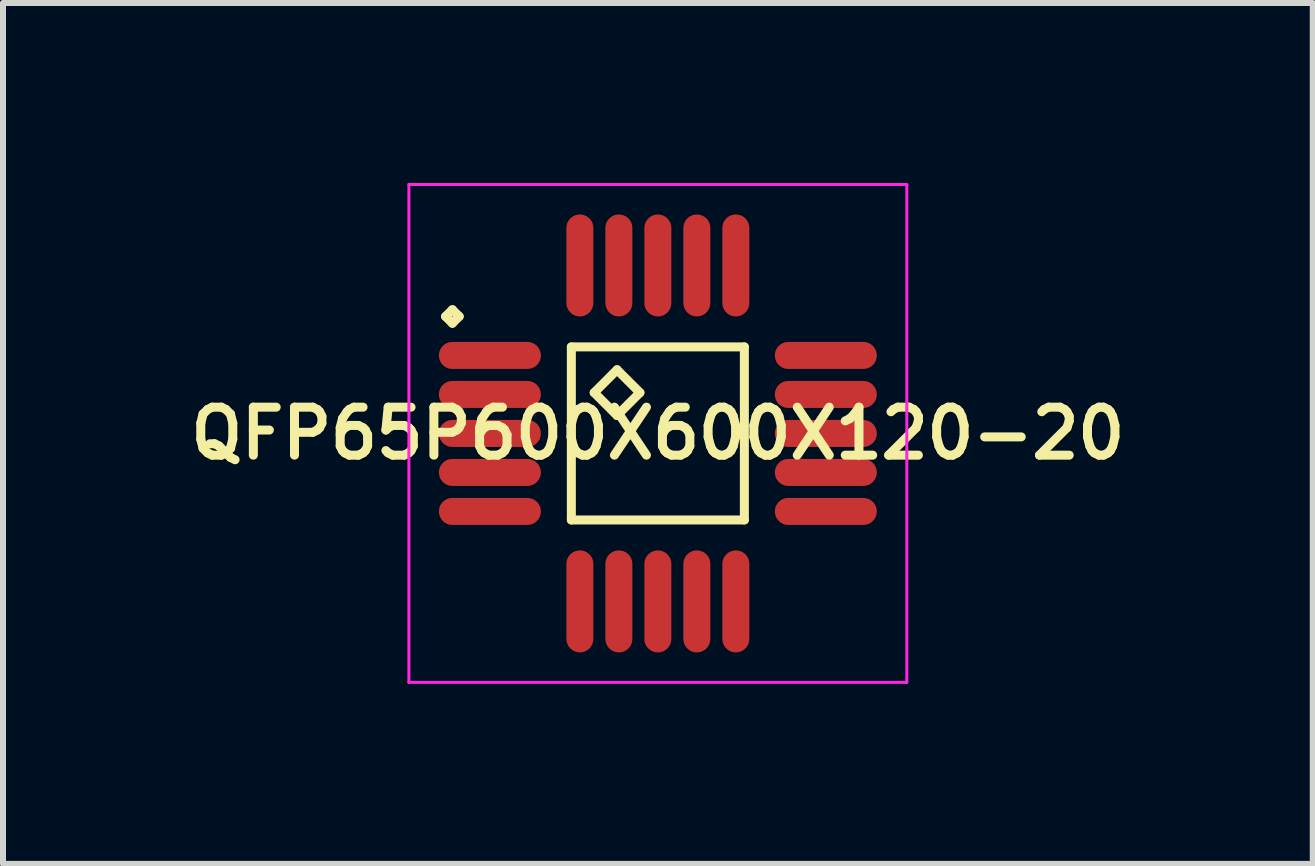
<source format=kicad_pcb>
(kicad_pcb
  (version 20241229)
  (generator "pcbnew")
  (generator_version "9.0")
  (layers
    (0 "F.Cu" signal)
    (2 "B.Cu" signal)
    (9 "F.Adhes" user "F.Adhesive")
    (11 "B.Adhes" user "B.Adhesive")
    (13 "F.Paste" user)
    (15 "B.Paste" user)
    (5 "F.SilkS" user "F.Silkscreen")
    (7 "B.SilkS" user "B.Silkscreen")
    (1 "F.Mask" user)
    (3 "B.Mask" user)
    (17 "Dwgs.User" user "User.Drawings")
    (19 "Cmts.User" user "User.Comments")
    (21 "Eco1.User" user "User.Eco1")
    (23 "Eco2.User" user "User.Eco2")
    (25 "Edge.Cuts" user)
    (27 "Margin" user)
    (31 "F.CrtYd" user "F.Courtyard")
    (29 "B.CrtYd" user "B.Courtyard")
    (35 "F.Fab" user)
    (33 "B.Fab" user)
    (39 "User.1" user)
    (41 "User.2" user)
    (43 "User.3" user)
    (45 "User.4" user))
  (footprint "QFP65P600X600X120-20"
    (layer "F.Cu")
    (at 7.916 4.175)
    (property "Reference" "QFP65P600X600X120-20" (at 0 0 0) (layer "F.SilkS") (effects (font (size 0.8 0.8) (thickness 0.15))))
    (attr smd)
    (fp_line (start -3.538 -1.95) (end -3.425 -2.062) (stroke (width 0.15) (type solid)) (layer "F.SilkS"))
    (fp_line (start -3.425 -2.062) (end -3.312 -1.95) (stroke (width 0.15) (type solid)) (layer "F.SilkS"))
    (fp_line (start -3.425 -1.837) (end -3.538 -1.95) (stroke (width 0.15) (type solid)) (layer "F.SilkS"))
    (fp_line (start -3.312 -1.95) (end -3.425 -1.837) (stroke (width 0.15) (type solid)) (layer "F.SilkS"))
    (fp_line (start -1.442 -1.442) (end -1.442 1.442) (stroke (width 0.15) (type solid)) (layer "F.SilkS"))
    (fp_line (start -1.442 1.442) (end 1.442 1.442) (stroke (width 0.15) (type solid)) (layer "F.SilkS"))
    (fp_line (start -1.061 -0.68) (end -0.68 -1.061) (stroke (width 0.15) (type solid)) (layer "F.SilkS"))
    (fp_line (start -0.68 -1.061) (end -0.299 -0.68) (stroke (width 0.15) (type solid)) (layer "F.SilkS"))
    (fp_line (start -0.68 -0.299) (end -1.061 -0.68) (stroke (width 0.15) (type solid)) (layer "F.SilkS"))
    (fp_line (start -0.299 -0.68) (end -0.68 -0.299) (stroke (width 0.15) (type solid)) (layer "F.SilkS"))
    (fp_line (start 1.442 -1.442) (end -1.442 -1.442) (stroke (width 0.15) (type solid)) (layer "F.SilkS"))
    (fp_line (start 1.442 1.442) (end 1.442 -1.442) (stroke (width 0.15) (type solid)) (layer "F.SilkS"))
    (fp_line (start -4.15 -4.15) (end 4.15 -4.15) (stroke (width 0.05) (type solid)) (layer "F.CrtYd"))
    (fp_line (start -4.15 4.15) (end -4.15 -4.15) (stroke (width 0.05) (type solid)) (layer "F.CrtYd"))
    (fp_line (start 4.15 -4.15) (end 4.15 4.15) (stroke (width 0.05) (type solid)) (layer "F.CrtYd"))
    (fp_line (start 4.15 4.15) (end -4.15 4.15) (stroke (width 0.05) (type solid)) (layer "F.CrtYd"))
    (pad "1" smd oval (at -2.8 -1.3) (size 1.7 0.45) (layers "F.Cu" "F.Mask" "F.Paste"))
    (pad "2" smd oval (at -2.8 -0.65) (size 1.7 0.45) (layers "F.Cu" "F.Mask" "F.Paste"))
    (pad "3" smd oval (at -2.8 0) (size 1.7 0.45) (layers "F.Cu" "F.Mask" "F.Paste"))
    (pad "4" smd oval (at -2.8 0.65) (size 1.7 0.45) (layers "F.Cu" "F.Mask" "F.Paste"))
    (pad "5" smd oval (at -2.8 1.3) (size 1.7 0.45) (layers "F.Cu" "F.Mask" "F.Paste"))
    (pad "6" smd oval (at -1.3 2.8) (size 0.45 1.7) (layers "F.Cu" "F.Mask" "F.Paste"))
    (pad "7" smd oval (at -0.65 2.8) (size 0.45 1.7) (layers "F.Cu" "F.Mask" "F.Paste"))
    (pad "8" smd oval (at 0 2.8) (size 0.45 1.7) (layers "F.Cu" "F.Mask" "F.Paste"))
    (pad "9" smd oval (at 0.65 2.8) (size 0.45 1.7) (layers "F.Cu" "F.Mask" "F.Paste"))
    (pad "10" smd oval (at 1.3 2.8) (size 0.45 1.7) (layers "F.Cu" "F.Mask" "F.Paste"))
    (pad "11" smd oval (at 2.8 1.3) (size 1.7 0.45) (layers "F.Cu" "F.Mask" "F.Paste"))
    (pad "12" smd oval (at 2.8 0.65) (size 1.7 0.45) (layers "F.Cu" "F.Mask" "F.Paste"))
    (pad "13" smd oval (at 2.8 0) (size 1.7 0.45) (layers "F.Cu" "F.Mask" "F.Paste"))
    (pad "14" smd oval (at 2.8 -0.65) (size 1.7 0.45) (layers "F.Cu" "F.Mask" "F.Paste"))
    (pad "15" smd oval (at 2.8 -1.3) (size 1.7 0.45) (layers "F.Cu" "F.Mask" "F.Paste"))
    (pad "16" smd oval (at 1.3 -2.8) (size 0.45 1.7) (layers "F.Cu" "F.Mask" "F.Paste"))
    (pad "17" smd oval (at 0.65 -2.8) (size 0.45 1.7) (layers "F.Cu" "F.Mask" "F.Paste"))
    (pad "18" smd oval (at 0 -2.8) (size 0.45 1.7) (layers "F.Cu" "F.Mask" "F.Paste"))
    (pad "19" smd oval (at -0.65 -2.8) (size 0.45 1.7) (layers "F.Cu" "F.Mask" "F.Paste"))
    (pad "20" smd oval (at -1.3 -2.8) (size 0.45 1.7) (layers "F.Cu" "F.Mask" "F.Paste")))
  (gr_rect
    (start -3 -3)
    (end 18.833 11.35)
    (stroke (width 0.1) (type default))
    (fill no)
    (layer "Edge.Cuts")))
</source>
